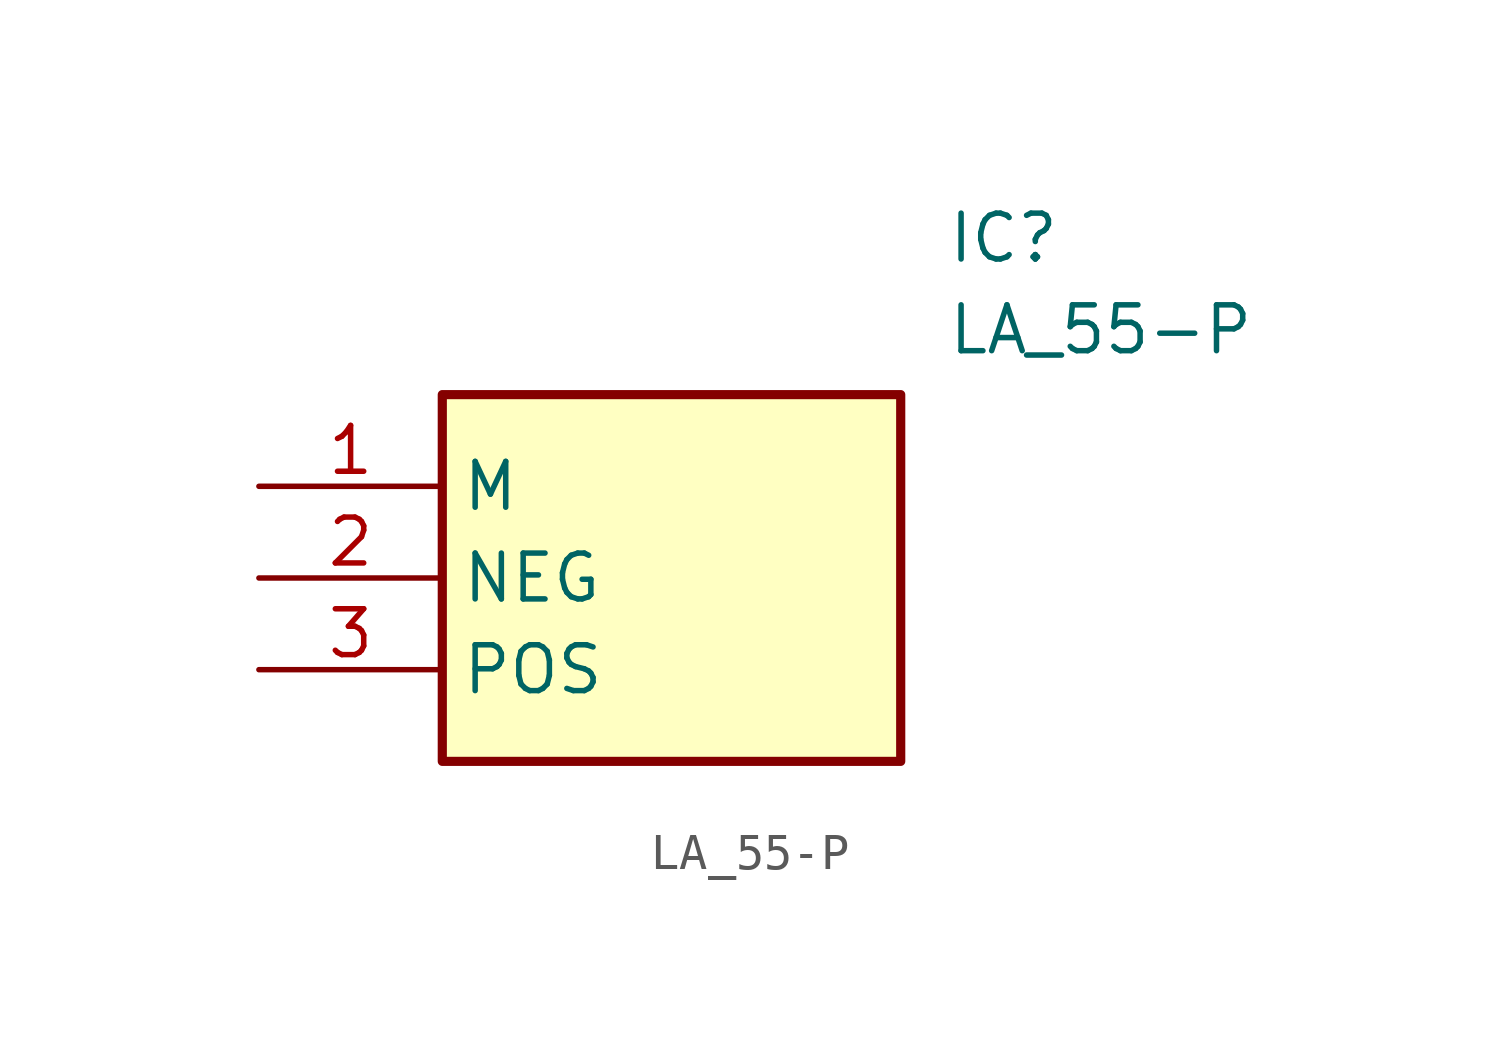
<source format=kicad_sym>
(kicad_symbol_lib
  (version 20231120)
  (generator "kicad_symbol_editor")
  (generator_version "8.0")
  (symbol "LA_55-P"
    (property "Reference" "IC"
      (at 19.05 7.62 0)
      (effects (font (size 1.27 1.27)) (justify left top)))
    (property "Value" "LA_55-P"
      (at 19.05 5.08 0)
      (effects (font (size 1.27 1.27)) (justify left top)))
    (symbol "LA_55-P_1_1"
      (rectangle (start 5.08 2.54) (end 17.78 -7.62) (stroke (width 0.254) (type default)) (fill (type background)))
      (pin passive line (at 0 0 0) (length 5.08) (name "M" (effects (font (size 1.27 1.27)))) (number "1" (effects (font (size 1.27 1.27)))))
      (pin passive line (at 0 -2.54 0) (length 5.08) (name "NEG" (effects (font (size 1.27 1.27)))) (number "2" (effects (font (size 1.27 1.27)))))
      (pin passive line (at 0 -5.08 0) (length 5.08) (name "POS" (effects (font (size 1.27 1.27)))) (number "3" (effects (font (size 1.27 1.27))))))))
</source>
